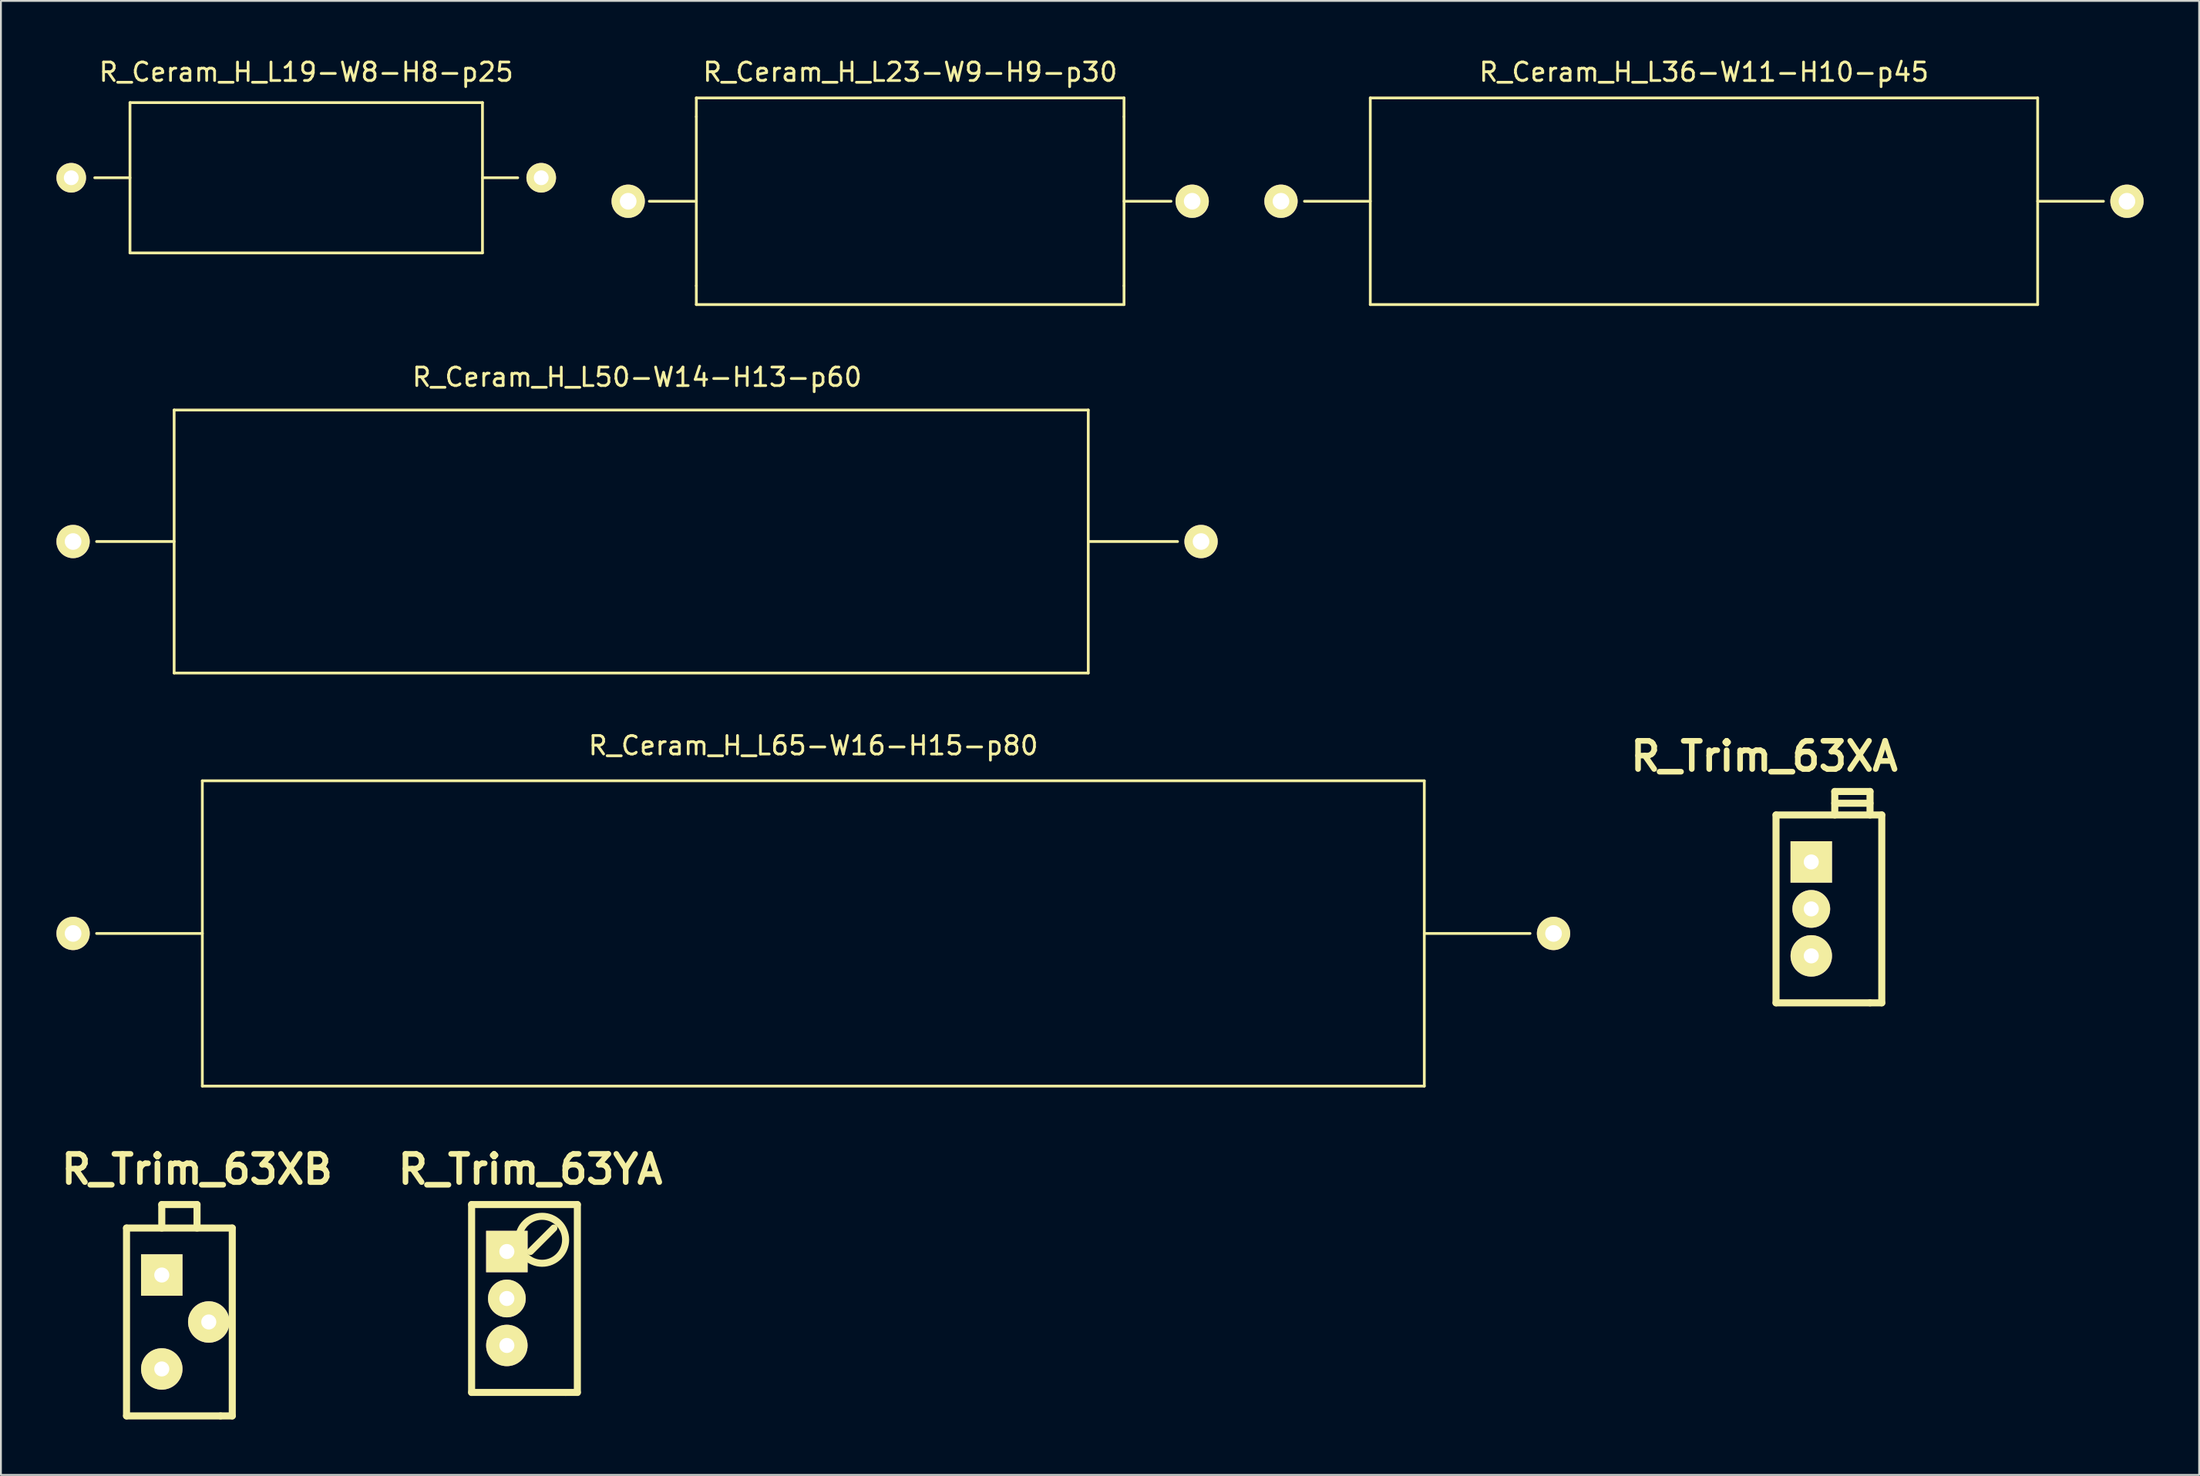
<source format=kicad_pcb>
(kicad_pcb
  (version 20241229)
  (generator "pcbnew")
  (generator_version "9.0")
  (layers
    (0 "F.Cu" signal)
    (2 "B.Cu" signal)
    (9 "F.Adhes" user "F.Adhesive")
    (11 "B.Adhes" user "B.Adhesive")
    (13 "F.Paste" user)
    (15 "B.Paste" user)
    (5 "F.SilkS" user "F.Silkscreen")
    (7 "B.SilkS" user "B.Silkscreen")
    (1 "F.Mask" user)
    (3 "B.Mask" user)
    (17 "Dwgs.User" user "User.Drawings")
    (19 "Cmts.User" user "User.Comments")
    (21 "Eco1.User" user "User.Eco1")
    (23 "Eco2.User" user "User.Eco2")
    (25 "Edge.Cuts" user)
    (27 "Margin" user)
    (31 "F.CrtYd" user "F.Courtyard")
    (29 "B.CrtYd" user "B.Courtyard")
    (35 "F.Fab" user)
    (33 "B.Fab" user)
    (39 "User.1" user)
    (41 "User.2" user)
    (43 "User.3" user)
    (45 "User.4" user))
  (footprint "R_Ceram_H_L19-W8-H8-p25"
    (layer "F.Cu")
    (at 13.5 6.563)
    (property "Reference" "R_Ceram_H_L19-W8-H8-p25" (at 0 -5.715 0) (layer "F.SilkS") (effects (font (size 1 1) (thickness 0.15))))
    (attr through_hole)
    (fp_line (start -9.525 -4.064) (end -9.525 4.064) (stroke (width 0.15) (type solid)) (layer "F.SilkS"))
    (fp_line (start -9.525 0) (end -11.43 0) (stroke (width 0.15) (type solid)) (layer "F.SilkS"))
    (fp_line (start -9.525 4.064) (end 9.525 4.064) (stroke (width 0.15) (type solid)) (layer "F.SilkS"))
    (fp_line (start 9.525 -4.064) (end -9.525 -4.064) (stroke (width 0.15) (type solid)) (layer "F.SilkS"))
    (fp_line (start 9.525 0) (end 11.43 0) (stroke (width 0.15) (type solid)) (layer "F.SilkS"))
    (fp_line (start 9.525 4.064) (end 9.525 -4.064) (stroke (width 0.15) (type solid)) (layer "F.SilkS"))
    (pad "1" thru_hole circle (at -12.7 0 180) (size 1.6 1.6) (drill 0.8) (layers "*.Cu" "*.Mask" "F.SilkS"))
    (pad "2" thru_hole circle (at 12.7 0 180) (size 1.6 1.6) (drill 0.8) (layers "*.Cu" "*.Mask" "F.SilkS")))
  (footprint "R_Ceram_H_L36-W11-H10-p45"
    (layer "F.Cu")
    (at 89.04 7.833)
    (property "Reference" "R_Ceram_H_L36-W11-H10-p45" (at 0 -6.985 0) (layer "F.SilkS") (effects (font (size 1 1) (thickness 0.15))))
    (attr through_hole)
    (fp_line (start -18.034 -5.588) (end -18.034 5.588) (stroke (width 0.15) (type solid)) (layer "F.SilkS"))
    (fp_line (start -18.034 0) (end -21.59 0) (stroke (width 0.15) (type solid)) (layer "F.SilkS"))
    (fp_line (start -18.034 5.588) (end 18.034 5.588) (stroke (width 0.15) (type solid)) (layer "F.SilkS"))
    (fp_line (start 18.034 -5.588) (end -18.034 -5.588) (stroke (width 0.15) (type solid)) (layer "F.SilkS"))
    (fp_line (start 18.034 0) (end 21.59 0) (stroke (width 0.15) (type solid)) (layer "F.SilkS"))
    (fp_line (start 18.034 5.588) (end 18.034 -5.588) (stroke (width 0.15) (type solid)) (layer "F.SilkS"))
    (pad "1" thru_hole circle (at -22.86 0 180) (size 1.8 1.8) (drill 0.9) (layers "*.Cu" "*.Mask" "F.SilkS"))
    (pad "2" thru_hole circle (at 22.86 0 180) (size 1.8 1.8) (drill 0.9) (layers "*.Cu" "*.Mask" "F.SilkS")))
  (footprint "R_Trim_63XB"
    (layer "F.Cu")
    (at 5.693 68.441)
    (property "Reference" "R_Trim_63XB" (at 1.905 -8.255 0) (layer "F.SilkS") (effects (font (size 1.524 1.524) (thickness 0.305))))
    (attr through_hole)
    (fp_line (start -1.905 -5.08) (end -1.905 5.08) (stroke (width 0.381) (type solid)) (layer "F.SilkS"))
    (fp_line (start -1.905 5.08) (end 3.175 5.08) (stroke (width 0.381) (type solid)) (layer "F.SilkS"))
    (fp_line (start 0 -6.35) (end 1.905 -6.35) (stroke (width 0.381) (type solid)) (layer "F.SilkS"))
    (fp_line (start 0 -5.08) (end 0 -6.35) (stroke (width 0.381) (type solid)) (layer "F.SilkS"))
    (fp_line (start 1.905 -6.35) (end 1.905 -5.08) (stroke (width 0.381) (type solid)) (layer "F.SilkS"))
    (fp_line (start 3.175 5.08) (end 3.81 5.08) (stroke (width 0.381) (type solid)) (layer "F.SilkS"))
    (fp_line (start 3.81 -5.08) (end -1.905 -5.08) (stroke (width 0.381) (type solid)) (layer "F.SilkS"))
    (fp_line (start 3.81 5.08) (end 3.81 -5.08) (stroke (width 0.381) (type solid)) (layer "F.SilkS"))
    (pad "1" thru_hole rect (at 0 -2.54) (size 2.24 2.24) (drill 0.813) (layers "*.Cu" "*.Mask" "F.SilkS"))
    (pad "2" thru_hole circle (at 2.54 0) (size 2.24 2.24) (drill 0.813) (layers "*.Cu" "*.Mask" "F.SilkS"))
    (pad "3" thru_hole circle (at 0 2.54) (size 2.24 2.24) (drill 0.813) (layers "*.Cu" "*.Mask" "F.SilkS")))
  (footprint "R_Ceram_H_L23-W9-H9-p30"
    (layer "F.Cu")
    (at 46.14 7.833)
    (property "Reference" "R_Ceram_H_L23-W9-H9-p30" (at 0 -6.985 0) (layer "F.SilkS") (effects (font (size 1 1) (thickness 0.15))))
    (attr through_hole)
    (fp_line (start -11.557 -5.588) (end 11.557 -5.588) (stroke (width 0.15) (type solid)) (layer "F.SilkS"))
    (fp_line (start -11.557 -4.572) (end -11.557 -5.588) (stroke (width 0.15) (type solid)) (layer "F.SilkS"))
    (fp_line (start -11.557 -4.572) (end -11.557 4.572) (stroke (width 0.15) (type solid)) (layer "F.SilkS"))
    (fp_line (start -11.557 0) (end -14.097 0) (stroke (width 0.15) (type solid)) (layer "F.SilkS"))
    (fp_line (start -11.557 4.572) (end -11.557 5.588) (stroke (width 0.15) (type solid)) (layer "F.SilkS"))
    (fp_line (start -11.557 5.588) (end 11.557 5.588) (stroke (width 0.15) (type solid)) (layer "F.SilkS"))
    (fp_line (start 11.557 -5.588) (end 11.557 -4.572) (stroke (width 0.15) (type solid)) (layer "F.SilkS"))
    (fp_line (start 11.557 0) (end 14.097 0) (stroke (width 0.15) (type solid)) (layer "F.SilkS"))
    (fp_line (start 11.557 4.572) (end 11.557 -4.572) (stroke (width 0.15) (type solid)) (layer "F.SilkS"))
    (fp_line (start 11.557 5.588) (end 11.557 4.572) (stroke (width 0.15) (type solid)) (layer "F.SilkS"))
    (pad "1" thru_hole circle (at -15.24 0 180) (size 1.8 1.8) (drill 0.9) (layers "*.Cu" "*.Mask" "F.SilkS"))
    (pad "2" thru_hole circle (at 15.24 0 180) (size 1.8 1.8) (drill 0.9) (layers "*.Cu" "*.Mask" "F.SilkS")))
  (footprint "R_Trim_63XA"
    (layer "F.Cu")
    (at 94.839 46.103)
    (property "Reference" "R_Trim_63XA" (at -2.54 -8.255 0) (layer "F.SilkS") (effects (font (size 1.524 1.524) (thickness 0.305))))
    (attr through_hole)
    (fp_line (start -1.905 -5.08) (end -1.905 5.08) (stroke (width 0.381) (type solid)) (layer "F.SilkS"))
    (fp_line (start -1.905 5.08) (end 3.175 5.08) (stroke (width 0.381) (type solid)) (layer "F.SilkS"))
    (fp_line (start 1.27 -6.35) (end 3.175 -6.35) (stroke (width 0.381) (type solid)) (layer "F.SilkS"))
    (fp_line (start 1.27 -5.715) (end 3.175 -5.715) (stroke (width 0.381) (type solid)) (layer "F.SilkS"))
    (fp_line (start 1.27 -5.08) (end 1.27 -6.35) (stroke (width 0.381) (type solid)) (layer "F.SilkS"))
    (fp_line (start 3.175 -6.35) (end 3.175 -5.08) (stroke (width 0.381) (type solid)) (layer "F.SilkS"))
    (fp_line (start 3.175 5.08) (end 3.81 5.08) (stroke (width 0.381) (type solid)) (layer "F.SilkS"))
    (fp_line (start 3.81 -5.08) (end -1.905 -5.08) (stroke (width 0.381) (type solid)) (layer "F.SilkS"))
    (fp_line (start 3.81 5.08) (end 3.81 -5.08) (stroke (width 0.381) (type solid)) (layer "F.SilkS"))
    (pad "1" thru_hole rect (at 0 -2.54) (size 2.24 2.24) (drill 0.813) (layers "*.Cu" "*.Mask" "F.SilkS"))
    (pad "2" thru_hole circle (at 0 0) (size 2.04 2.04) (drill 0.813) (layers "*.Cu" "*.Mask" "F.SilkS"))
    (pad "3" thru_hole circle (at 0 2.54) (size 2.24 2.24) (drill 0.813) (layers "*.Cu" "*.Mask" "F.SilkS")))
  (footprint "R_Trim_63YA"
    (layer "F.Cu")
    (at 24.343 67.171)
    (property "Reference" "R_Trim_63YA" (at 1.27 -6.985 0) (layer "F.SilkS") (effects (font (size 1.524 1.524) (thickness 0.305))))
    (attr through_hole)
    (fp_line (start -1.905 -5.08) (end -1.905 5.08) (stroke (width 0.381) (type solid)) (layer "F.SilkS"))
    (fp_line (start -1.905 5.08) (end 3.175 5.08) (stroke (width 0.381) (type solid)) (layer "F.SilkS"))
    (fp_line (start 1.27 -2.54) (end 2.54 -3.81) (stroke (width 0.381) (type solid)) (layer "F.SilkS"))
    (fp_line (start 3.175 5.08) (end 3.81 5.08) (stroke (width 0.381) (type solid)) (layer "F.SilkS"))
    (fp_line (start 3.81 -5.08) (end -1.905 -5.08) (stroke (width 0.381) (type solid)) (layer "F.SilkS"))
    (fp_line (start 3.81 5.08) (end 3.81 -5.08) (stroke (width 0.381) (type solid)) (layer "F.SilkS"))
    (fp_circle (center 1.905 -3.175) (end 3.175 -3.175) (stroke (width 0.381) (type solid)) (fill no) (layer "F.SilkS"))
    (pad "1" thru_hole rect (at 0 -2.54) (size 2.24 2.24) (drill 0.813) (layers "*.Cu" "*.Mask" "F.SilkS"))
    (pad "2" thru_hole circle (at 0 0) (size 2.04 2.04) (drill 0.813) (layers "*.Cu" "*.Mask" "F.SilkS"))
    (pad "3" thru_hole circle (at 0 2.54) (size 2.24 2.24) (drill 0.813) (layers "*.Cu" "*.Mask" "F.SilkS")))
  (footprint "R_Ceram_H_L65-W16-H15-p80"
    (layer "F.Cu")
    (at 40.905 47.43)
    (property "Reference" "R_Ceram_H_L65-W16-H15-p80" (at 0 -10.16 0) (layer "F.SilkS") (effects (font (size 1 1) (thickness 0.15))))
    (attr through_hole)
    (fp_line (start -33.02 -8.255) (end -33.02 8.255) (stroke (width 0.15) (type solid)) (layer "F.SilkS"))
    (fp_line (start -33.02 0) (end -38.735 0) (stroke (width 0.15) (type solid)) (layer "F.SilkS"))
    (fp_line (start -33.02 8.255) (end 33.02 8.255) (stroke (width 0.15) (type solid)) (layer "F.SilkS"))
    (fp_line (start 33.02 -8.255) (end -33.02 -8.255) (stroke (width 0.15) (type solid)) (layer "F.SilkS"))
    (fp_line (start 33.02 0) (end 38.735 0) (stroke (width 0.15) (type solid)) (layer "F.SilkS"))
    (fp_line (start 33.02 8.255) (end 33.02 -8.255) (stroke (width 0.15) (type solid)) (layer "F.SilkS"))
    (pad "1" thru_hole circle (at -40.005 0 180) (size 1.8 1.8) (drill 0.9) (layers "*.Cu" "*.Mask" "F.SilkS"))
    (pad "2" thru_hole circle (at 40.005 0 180) (size 1.8 1.8) (drill 0.9) (layers "*.Cu" "*.Mask" "F.SilkS")))
  (footprint "R_Ceram_H_L50-W14-H13-p60"
    (layer "F.Cu")
    (at 31.38 26.235)
    (property "Reference" "R_Ceram_H_L50-W14-H13-p60" (at 0 -8.89 0) (layer "F.SilkS") (effects (font (size 1 1) (thickness 0.15))))
    (attr through_hole)
    (fp_line (start -25.019 -7.112) (end -25.019 7.112) (stroke (width 0.15) (type solid)) (layer "F.SilkS"))
    (fp_line (start -25.019 0) (end -29.21 0) (stroke (width 0.15) (type solid)) (layer "F.SilkS"))
    (fp_line (start -25.019 7.112) (end 24.384 7.112) (stroke (width 0.15) (type solid)) (layer "F.SilkS"))
    (fp_line (start 24.384 -7.112) (end -25.019 -7.112) (stroke (width 0.15) (type solid)) (layer "F.SilkS"))
    (fp_line (start 24.384 0) (end 29.21 0) (stroke (width 0.15) (type solid)) (layer "F.SilkS"))
    (fp_line (start 24.384 7.112) (end 24.384 -7.112) (stroke (width 0.15) (type solid)) (layer "F.SilkS"))
    (pad "1" thru_hole circle (at -30.48 0 180) (size 1.8 1.8) (drill 0.9) (layers "*.Cu" "*.Mask" "F.SilkS"))
    (pad "2" thru_hole circle (at 30.48 0 180) (size 1.8 1.8) (drill 0.9) (layers "*.Cu" "*.Mask" "F.SilkS")))
  (gr_rect
    (start -3 -3)
    (end 115.8 76.712)
    (stroke (width 0.1) (type default))
    (fill no)
    (layer "Edge.Cuts")))
</source>
